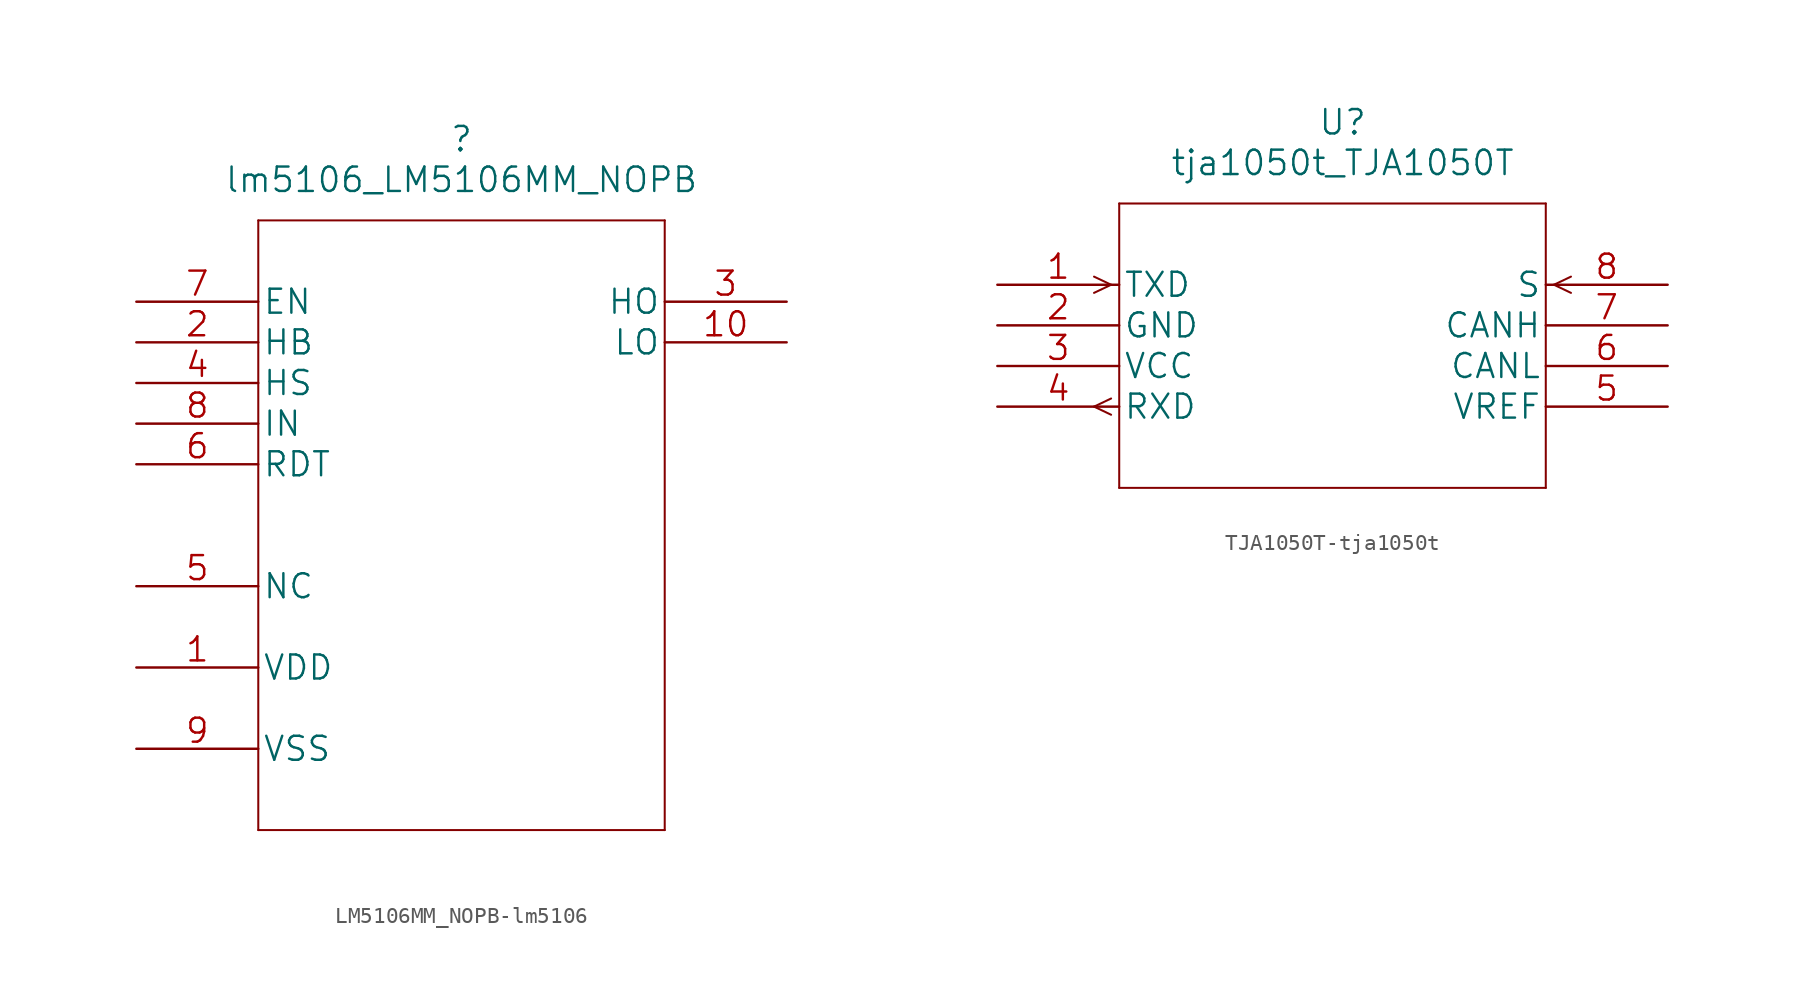
<source format=kicad_sym>
(kicad_symbol_lib
  (version 20220914)
  (generator kicad_symbol_editor)
  (symbol "LM5106MM_NOPB-lm5106"
    (pin_names
      (offset 0.254))
    (property "Reference" ""
      (at 20.32 10.16 0)
      (effects (font (size 1.524 1.524))))
    (property "Value" "lm5106_LM5106MM_NOPB"
      (at 20.32 7.62 0)
      (effects (font (size 1.524 1.524))))
    (property "Datasheet" ""
      (at 0 0 0)
      (effects (font (size 1.524 1.524))))
    (property "ki_locked" ""
      (at 0 0 0)
      (effects (font (size 1.27 1.27))))
    (symbol "LM5106MM_NOPB-lm5106_1_1"
      (polyline (pts (xy 7.62 -33.02) (xy 33.02 -33.02)) (stroke (width 0.127) (type solid)) (fill (type none)))
      (polyline (pts (xy 7.62 5.08) (xy 7.62 -33.02)) (stroke (width 0.127) (type solid)) (fill (type none)))
      (polyline (pts (xy 33.02 -33.02) (xy 33.02 5.08)) (stroke (width 0.127) (type solid)) (fill (type none)))
      (polyline (pts (xy 33.02 5.08) (xy 7.62 5.08)) (stroke (width 0.127) (type solid)) (fill (type none)))
      (pin power_in line (at 0 -22.86 0) (length 7.62) (name "VDD" (effects (font (size 1.499 1.499)))) (number "1" (effects (font (size 1.499 1.499)))))
      (pin output line (at 40.64 -2.54 180) (length 7.62) (name "LO" (effects (font (size 1.499 1.499)))) (number "10" (effects (font (size 1.499 1.499)))))
      (pin input line (at 0 -2.54 0) (length 7.62) (name "HB" (effects (font (size 1.499 1.499)))) (number "2" (effects (font (size 1.499 1.499)))))
      (pin output line (at 40.64 0 180) (length 7.62) (name "HO" (effects (font (size 1.499 1.499)))) (number "3" (effects (font (size 1.499 1.499)))))
      (pin input line (at 0 -5.08 0) (length 7.62) (name "HS" (effects (font (size 1.499 1.499)))) (number "4" (effects (font (size 1.499 1.499)))))
      (pin passive line (at 0 -17.78 0) (length 7.62) (name "NC" (effects (font (size 1.499 1.499)))) (number "5" (effects (font (size 1.499 1.499)))))
      (pin input line (at 0 -10.16 0) (length 7.62) (name "RDT" (effects (font (size 1.499 1.499)))) (number "6" (effects (font (size 1.499 1.499)))))
      (pin input line (at 0 0 0) (length 7.62) (name "EN" (effects (font (size 1.499 1.499)))) (number "7" (effects (font (size 1.499 1.499)))))
      (pin input line (at 0 -7.62 0) (length 7.62) (name "IN" (effects (font (size 1.499 1.499)))) (number "8" (effects (font (size 1.499 1.499)))))
      (pin power_in line (at 0 -27.94 0) (length 7.62) (name "VSS" (effects (font (size 1.499 1.499)))) (number "9" (effects (font (size 1.499 1.499)))))))
  (symbol "TJA1050T-tja1050t"
    (pin_names
      (offset 0.254))
    (property "Reference" "U"
      (at 21.59 10.16 0)
      (effects (font (size 1.524 1.524))))
    (property "Value" "tja1050t_TJA1050T"
      (at 21.59 7.62 0)
      (effects (font (size 1.524 1.524))))
    (property "Datasheet" ""
      (at 0 0 0)
      (effects (font (size 1.524 1.524))))
    (property "ki_locked" ""
      (at 0 0 0)
      (effects (font (size 1.27 1.27))))
    (symbol "TJA1050T-tja1050t_1_1"
      (polyline (pts (xy 7.112 -8.128) (xy 6.045 -7.62)) (stroke (width 0.127) (type solid)) (fill (type none)))
      (polyline (pts (xy 7.112 -7.112) (xy 6.045 -7.62)) (stroke (width 0.127) (type solid)) (fill (type none)))
      (polyline (pts (xy 7.112 0) (xy 6.045 -0.508)) (stroke (width 0.127) (type solid)) (fill (type none)))
      (polyline (pts (xy 7.112 0) (xy 6.045 0.508)) (stroke (width 0.127) (type solid)) (fill (type none)))
      (polyline (pts (xy 7.62 -12.7) (xy 34.29 -12.7)) (stroke (width 0.127) (type solid)) (fill (type none)))
      (polyline (pts (xy 7.62 5.08) (xy 7.62 -12.7)) (stroke (width 0.127) (type solid)) (fill (type none)))
      (polyline (pts (xy 34.29 -12.7) (xy 34.29 5.08)) (stroke (width 0.127) (type solid)) (fill (type none)))
      (polyline (pts (xy 34.29 5.08) (xy 7.62 5.08)) (stroke (width 0.127) (type solid)) (fill (type none)))
      (polyline (pts (xy 34.798 0) (xy 35.865 -0.508)) (stroke (width 0.127) (type solid)) (fill (type none)))
      (polyline (pts (xy 34.798 0) (xy 35.865 0.508)) (stroke (width 0.127) (type solid)) (fill (type none)))
      (pin input line (at 0 0 0) (length 7.62) (name "TXD" (effects (font (size 1.499 1.499)))) (number "1" (effects (font (size 1.499 1.499)))))
      (pin power_in line (at 0 -2.54 0) (length 7.62) (name "GND" (effects (font (size 1.499 1.499)))) (number "2" (effects (font (size 1.499 1.499)))))
      (pin power_in line (at 0 -5.08 0) (length 7.62) (name "VCC" (effects (font (size 1.499 1.499)))) (number "3" (effects (font (size 1.499 1.499)))))
      (pin output line (at 0 -7.62 0) (length 7.62) (name "RXD" (effects (font (size 1.499 1.499)))) (number "4" (effects (font (size 1.499 1.499)))))
      (pin unspecified line (at 41.91 -7.62 180) (length 7.62) (name "VREF" (effects (font (size 1.499 1.499)))) (number "5" (effects (font (size 1.499 1.499)))))
      (pin unspecified line (at 41.91 -5.08 180) (length 7.62) (name "CANL" (effects (font (size 1.499 1.499)))) (number "6" (effects (font (size 1.499 1.499)))))
      (pin unspecified line (at 41.91 -2.54 180) (length 7.62) (name "CANH" (effects (font (size 1.499 1.499)))) (number "7" (effects (font (size 1.499 1.499)))))
      (pin input line (at 41.91 0 180) (length 7.62) (name "S" (effects (font (size 1.499 1.499)))) (number "8" (effects (font (size 1.499 1.499))))))))
</source>
